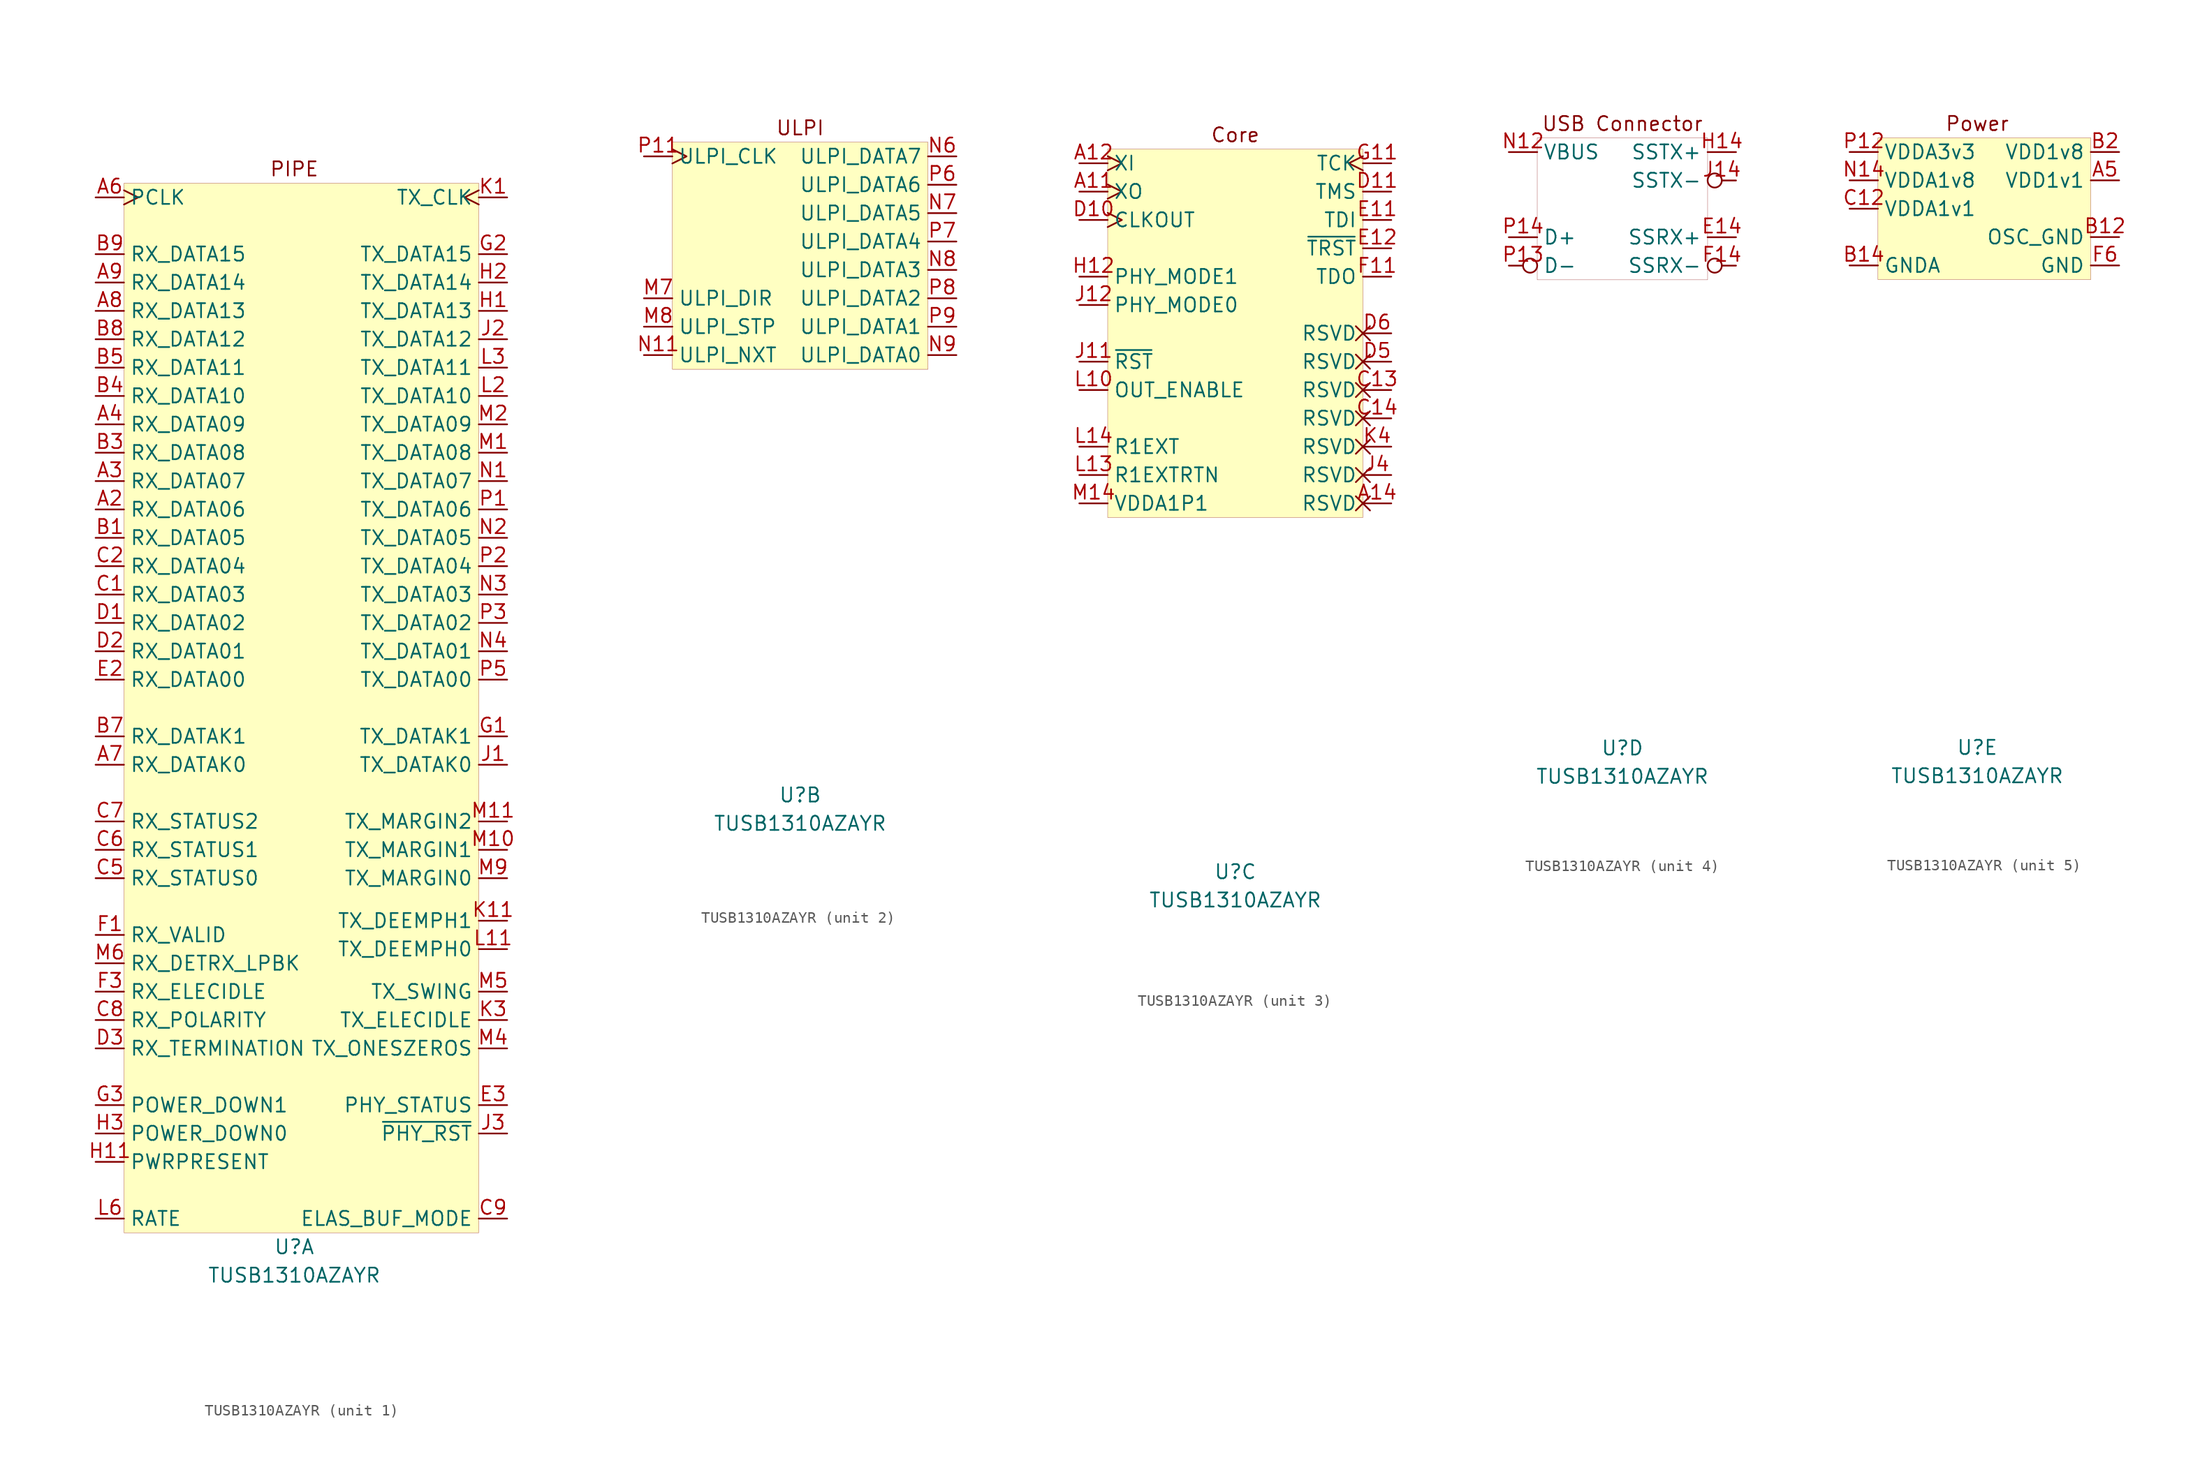
<source format=kicad_sym>
(kicad_symbol_lib
  (version 20211014)
  (generator kicad_symbol_editor)
  (symbol "TUSB1310AZAYR"
    (property "Reference" "U"
      (at 0 -48.26 0)
      (effects (font (size 1.27 1.27))))
    (property "Value" "TUSB1310AZAYR"
      (at 0 -50.8 0)
      (effects (font (size 1.27 1.27))))
    (property "ki_locked" ""
      (at 0 0 0)
      (effects (font (size 1.27 1.27))))
    (symbol "TUSB1310AZAYR_1_0"
      (text "PIPE" (at 0 48.26 0) (effects (font (size 1.27 1.27)))))
    (symbol "TUSB1310AZAYR_1_1"
      (rectangle (start -15.24 46.99) (end 16.51 -46.99) (stroke (width 0.001) (type default) (color 0 0 0 0)) (fill (type background)))
      (pin output line (at -17.78 17.78 0) (length 2.54) (name "RX_DATA06" (effects (font (size 1.27 1.27)))) (number "A2" (effects (font (size 1.27 1.27)))))
      (pin output line (at -17.78 20.32 0) (length 2.54) (name "RX_DATA07" (effects (font (size 1.27 1.27)))) (number "A3" (effects (font (size 1.27 1.27)))))
      (pin output line (at -17.78 25.4 0) (length 2.54) (name "RX_DATA09" (effects (font (size 1.27 1.27)))) (number "A4" (effects (font (size 1.27 1.27)))))
      (pin output clock (at -17.78 45.72 0) (length 2.54) (name "PCLK" (effects (font (size 1.27 1.27)))) (number "A6" (effects (font (size 1.27 1.27)))))
      (pin output line (at -17.78 -5.08 0) (length 2.54) (name "RX_DATAK0" (effects (font (size 1.27 1.27)))) (number "A7" (effects (font (size 1.27 1.27)))))
      (pin output line (at -17.78 35.56 0) (length 2.54) (name "RX_DATA13" (effects (font (size 1.27 1.27)))) (number "A8" (effects (font (size 1.27 1.27)))))
      (pin output line (at -17.78 38.1 0) (length 2.54) (name "RX_DATA14" (effects (font (size 1.27 1.27)))) (number "A9" (effects (font (size 1.27 1.27)))))
      (pin output line (at -17.78 15.24 0) (length 2.54) (name "RX_DATA05" (effects (font (size 1.27 1.27)))) (number "B1" (effects (font (size 1.27 1.27)))))
      (pin output line (at -17.78 22.86 0) (length 2.54) (name "RX_DATA08" (effects (font (size 1.27 1.27)))) (number "B3" (effects (font (size 1.27 1.27)))))
      (pin output line (at -17.78 27.94 0) (length 2.54) (name "RX_DATA10" (effects (font (size 1.27 1.27)))) (number "B4" (effects (font (size 1.27 1.27)))))
      (pin output line (at -17.78 30.48 0) (length 2.54) (name "RX_DATA11" (effects (font (size 1.27 1.27)))) (number "B5" (effects (font (size 1.27 1.27)))))
      (pin output line (at -17.78 -2.54 0) (length 2.54) (name "RX_DATAK1" (effects (font (size 1.27 1.27)))) (number "B7" (effects (font (size 1.27 1.27)))))
      (pin output line (at -17.78 33.02 0) (length 2.54) (name "RX_DATA12" (effects (font (size 1.27 1.27)))) (number "B8" (effects (font (size 1.27 1.27)))))
      (pin output line (at -17.78 40.64 0) (length 2.54) (name "RX_DATA15" (effects (font (size 1.27 1.27)))) (number "B9" (effects (font (size 1.27 1.27)))))
      (pin output line (at -17.78 10.16 0) (length 2.54) (name "RX_DATA03" (effects (font (size 1.27 1.27)))) (number "C1" (effects (font (size 1.27 1.27)))))
      (pin output line (at -17.78 12.7 0) (length 2.54) (name "RX_DATA04" (effects (font (size 1.27 1.27)))) (number "C2" (effects (font (size 1.27 1.27)))))
      (pin output line (at -17.78 -15.24 0) (length 2.54) (name "RX_STATUS0" (effects (font (size 1.27 1.27)))) (number "C5" (effects (font (size 1.27 1.27)))))
      (pin output line (at -17.78 -12.7 0) (length 2.54) (name "RX_STATUS1" (effects (font (size 1.27 1.27)))) (number "C6" (effects (font (size 1.27 1.27)))))
      (pin output line (at -17.78 -10.16 0) (length 2.54) (name "RX_STATUS2" (effects (font (size 1.27 1.27)))) (number "C7" (effects (font (size 1.27 1.27)))))
      (pin input line (at -17.78 -27.94 0) (length 2.54) (name "RX_POLARITY" (effects (font (size 1.27 1.27)))) (number "C8" (effects (font (size 1.27 1.27)))))
      (pin input line (at 19.05 -45.72 180) (length 2.54) (name "ELAS_BUF_MODE" (effects (font (size 1.27 1.27)))) (number "C9" (effects (font (size 1.27 1.27)))))
      (pin output line (at -17.78 7.62 0) (length 2.54) (name "RX_DATA02" (effects (font (size 1.27 1.27)))) (number "D1" (effects (font (size 1.27 1.27)))))
      (pin output line (at -17.78 5.08 0) (length 2.54) (name "RX_DATA01" (effects (font (size 1.27 1.27)))) (number "D2" (effects (font (size 1.27 1.27)))))
      (pin input line (at -17.78 -30.48 0) (length 2.54) (name "RX_TERMINATION" (effects (font (size 1.27 1.27)))) (number "D3" (effects (font (size 1.27 1.27)))))
      (pin output line (at -17.78 2.54 0) (length 2.54) (name "RX_DATA00" (effects (font (size 1.27 1.27)))) (number "E2" (effects (font (size 1.27 1.27)))))
      (pin bidirectional line (at 19.05 -35.56 180) (length 2.54) (name "PHY_STATUS" (effects (font (size 1.27 1.27)))) (number "E3" (effects (font (size 1.27 1.27)))))
      (pin output line (at -17.78 -20.32 0) (length 2.54) (name "RX_VALID" (effects (font (size 1.27 1.27)))) (number "F1" (effects (font (size 1.27 1.27)))))
      (pin bidirectional line (at -17.78 -25.4 0) (length 2.54) (name "RX_ELECIDLE" (effects (font (size 1.27 1.27)))) (number "F3" (effects (font (size 1.27 1.27)))))
      (pin input line (at 19.05 -2.54 180) (length 2.54) (name "TX_DATAK1" (effects (font (size 1.27 1.27)))) (number "G1" (effects (font (size 1.27 1.27)))))
      (pin input line (at 19.05 40.64 180) (length 2.54) (name "TX_DATA15" (effects (font (size 1.27 1.27)))) (number "G2" (effects (font (size 1.27 1.27)))))
      (pin input line (at -17.78 -35.56 0) (length 2.54) (name "POWER_DOWN1" (effects (font (size 1.27 1.27)))) (number "G3" (effects (font (size 1.27 1.27)))))
      (pin input line (at 19.05 35.56 180) (length 2.54) (name "TX_DATA13" (effects (font (size 1.27 1.27)))) (number "H1" (effects (font (size 1.27 1.27)))))
      (pin output line (at -17.78 -40.64 0) (length 2.54) (name "PWRPRESENT" (effects (font (size 1.27 1.27)))) (number "H11" (effects (font (size 1.27 1.27)))))
      (pin input line (at 19.05 38.1 180) (length 2.54) (name "TX_DATA14" (effects (font (size 1.27 1.27)))) (number "H2" (effects (font (size 1.27 1.27)))))
      (pin input line (at -17.78 -38.1 0) (length 2.54) (name "POWER_DOWN0" (effects (font (size 1.27 1.27)))) (number "H3" (effects (font (size 1.27 1.27)))))
      (pin input line (at 19.05 -5.08 180) (length 2.54) (name "TX_DATAK0" (effects (font (size 1.27 1.27)))) (number "J1" (effects (font (size 1.27 1.27)))))
      (pin input line (at 19.05 33.02 180) (length 2.54) (name "TX_DATA12" (effects (font (size 1.27 1.27)))) (number "J2" (effects (font (size 1.27 1.27)))))
      (pin input line (at 19.05 -38.1 180) (length 2.54) (name "~{PHY_RST}" (effects (font (size 1.27 1.27)))) (number "J3" (effects (font (size 1.27 1.27)))))
      (pin input clock (at 19.05 45.72 180) (length 2.54) (name "TX_CLK" (effects (font (size 1.27 1.27)))) (number "K1" (effects (font (size 1.27 1.27)))))
      (pin input line (at 19.05 -19.05 180) (length 2.54) (name "TX_DEEMPH1" (effects (font (size 1.27 1.27)))) (number "K11" (effects (font (size 1.27 1.27)))))
      (pin input line (at 19.05 -27.94 180) (length 2.54) (name "TX_ELECIDLE" (effects (font (size 1.27 1.27)))) (number "K3" (effects (font (size 1.27 1.27)))))
      (pin input line (at 19.05 -21.59 180) (length 2.54) (name "TX_DEEMPH0" (effects (font (size 1.27 1.27)))) (number "L11" (effects (font (size 1.27 1.27)))))
      (pin input line (at 19.05 27.94 180) (length 2.54) (name "TX_DATA10" (effects (font (size 1.27 1.27)))) (number "L2" (effects (font (size 1.27 1.27)))))
      (pin input line (at 19.05 30.48 180) (length 2.54) (name "TX_DATA11" (effects (font (size 1.27 1.27)))) (number "L3" (effects (font (size 1.27 1.27)))))
      (pin input line (at -17.78 -45.72 0) (length 2.54) (name "RATE" (effects (font (size 1.27 1.27)))) (number "L6" (effects (font (size 1.27 1.27)))))
      (pin input line (at 19.05 22.86 180) (length 2.54) (name "TX_DATA08" (effects (font (size 1.27 1.27)))) (number "M1" (effects (font (size 1.27 1.27)))))
      (pin input line (at 19.05 -12.7 180) (length 2.54) (name "TX_MARGIN1" (effects (font (size 1.27 1.27)))) (number "M10" (effects (font (size 1.27 1.27)))))
      (pin input line (at 19.05 -10.16 180) (length 2.54) (name "TX_MARGIN2" (effects (font (size 1.27 1.27)))) (number "M11" (effects (font (size 1.27 1.27)))))
      (pin input line (at 19.05 25.4 180) (length 2.54) (name "TX_DATA09" (effects (font (size 1.27 1.27)))) (number "M2" (effects (font (size 1.27 1.27)))))
      (pin input line (at 19.05 -30.48 180) (length 2.54) (name "TX_ONESZEROS" (effects (font (size 1.27 1.27)))) (number "M4" (effects (font (size 1.27 1.27)))))
      (pin input line (at 19.05 -25.4 180) (length 2.54) (name "TX_SWING" (effects (font (size 1.27 1.27)))) (number "M5" (effects (font (size 1.27 1.27)))))
      (pin input line (at -17.78 -22.86 0) (length 2.54) (name "RX_DETRX_LPBK" (effects (font (size 1.27 1.27)))) (number "M6" (effects (font (size 1.27 1.27)))))
      (pin input line (at 19.05 -15.24 180) (length 2.54) (name "TX_MARGIN0" (effects (font (size 1.27 1.27)))) (number "M9" (effects (font (size 1.27 1.27)))))
      (pin input line (at 19.05 20.32 180) (length 2.54) (name "TX_DATA07" (effects (font (size 1.27 1.27)))) (number "N1" (effects (font (size 1.27 1.27)))))
      (pin input line (at 19.05 15.24 180) (length 2.54) (name "TX_DATA05" (effects (font (size 1.27 1.27)))) (number "N2" (effects (font (size 1.27 1.27)))))
      (pin input line (at 19.05 10.16 180) (length 2.54) (name "TX_DATA03" (effects (font (size 1.27 1.27)))) (number "N3" (effects (font (size 1.27 1.27)))))
      (pin input line (at 19.05 5.08 180) (length 2.54) (name "TX_DATA01" (effects (font (size 1.27 1.27)))) (number "N4" (effects (font (size 1.27 1.27)))))
      (pin input line (at 19.05 17.78 180) (length 2.54) (name "TX_DATA06" (effects (font (size 1.27 1.27)))) (number "P1" (effects (font (size 1.27 1.27)))))
      (pin input line (at 19.05 12.7 180) (length 2.54) (name "TX_DATA04" (effects (font (size 1.27 1.27)))) (number "P2" (effects (font (size 1.27 1.27)))))
      (pin input line (at 19.05 7.62 180) (length 2.54) (name "TX_DATA02" (effects (font (size 1.27 1.27)))) (number "P3" (effects (font (size 1.27 1.27)))))
      (pin input line (at 19.05 2.54 180) (length 2.54) (name "TX_DATA00" (effects (font (size 1.27 1.27)))) (number "P5" (effects (font (size 1.27 1.27))))))
    (symbol "TUSB1310AZAYR_2_0"
      (rectangle (start -11.43 10.16) (end 11.43 -10.16) (stroke (width 0.001) (type default) (color 0 0 0 0)) (fill (type background)))
      (text "ULPI" (at 0 11.43 0) (effects (font (size 1.27 1.27)))))
    (symbol "TUSB1310AZAYR_2_1"
      (pin output line (at -13.97 -3.81 0) (length 2.54) (name "ULPI_DIR" (effects (font (size 1.27 1.27)))) (number "M7" (effects (font (size 1.27 1.27)))))
      (pin input line (at -13.97 -6.35 0) (length 2.54) (name "ULPI_STP" (effects (font (size 1.27 1.27)))) (number "M8" (effects (font (size 1.27 1.27)))))
      (pin output line (at -13.97 -8.89 0) (length 2.54) (name "ULPI_NXT" (effects (font (size 1.27 1.27)))) (number "N11" (effects (font (size 1.27 1.27)))))
      (pin bidirectional line (at 13.97 8.89 180) (length 2.54) (name "ULPI_DATA7" (effects (font (size 1.27 1.27)))) (number "N6" (effects (font (size 1.27 1.27)))))
      (pin bidirectional line (at 13.97 3.81 180) (length 2.54) (name "ULPI_DATA5" (effects (font (size 1.27 1.27)))) (number "N7" (effects (font (size 1.27 1.27)))))
      (pin bidirectional line (at 13.97 -1.27 180) (length 2.54) (name "ULPI_DATA3" (effects (font (size 1.27 1.27)))) (number "N8" (effects (font (size 1.27 1.27)))))
      (pin bidirectional line (at 13.97 -8.89 180) (length 2.54) (name "ULPI_DATA0" (effects (font (size 1.27 1.27)))) (number "N9" (effects (font (size 1.27 1.27)))))
      (pin output clock (at -13.97 8.89 0) (length 2.54) (name "ULPI_CLK" (effects (font (size 1.27 1.27)))) (number "P11" (effects (font (size 1.27 1.27)))))
      (pin bidirectional line (at 13.97 6.35 180) (length 2.54) (name "ULPI_DATA6" (effects (font (size 1.27 1.27)))) (number "P6" (effects (font (size 1.27 1.27)))))
      (pin bidirectional line (at 13.97 1.27 180) (length 2.54) (name "ULPI_DATA4" (effects (font (size 1.27 1.27)))) (number "P7" (effects (font (size 1.27 1.27)))))
      (pin bidirectional line (at 13.97 -3.81 180) (length 2.54) (name "ULPI_DATA2" (effects (font (size 1.27 1.27)))) (number "P8" (effects (font (size 1.27 1.27)))))
      (pin bidirectional line (at 13.97 -6.35 180) (length 2.54) (name "ULPI_DATA1" (effects (font (size 1.27 1.27)))) (number "P9" (effects (font (size 1.27 1.27))))))
    (symbol "TUSB1310AZAYR_3_0"
      (rectangle (start -11.43 16.51) (end 11.43 -16.51) (stroke (width 0.001) (type default) (color 0 0 0 0)) (fill (type background)))
      (text "Core" (at 0 17.78 0) (effects (font (size 1.27 1.27)))))
    (symbol "TUSB1310AZAYR_3_1"
      (pin output clock (at -13.97 12.7 0) (length 2.54) (name "XO" (effects (font (size 1.27 1.27)))) (number "A11" (effects (font (size 1.27 1.27)))))
      (pin input clock (at -13.97 15.24 0) (length 2.54) (name "XI" (effects (font (size 1.27 1.27)))) (number "A12" (effects (font (size 1.27 1.27)))))
      (pin passive non_logic (at 13.97 -15.24 180) (length 2.54) (name "RSVD" (effects (font (size 1.27 1.27)))) (number "A14" (effects (font (size 1.27 1.27)))))
      (pin passive non_logic (at 13.97 -5.08 180) (length 2.54) (name "RSVD" (effects (font (size 1.27 1.27)))) (number "C13" (effects (font (size 1.27 1.27)))))
      (pin passive non_logic (at 13.97 -7.62 180) (length 2.54) (name "RSVD" (effects (font (size 1.27 1.27)))) (number "C14" (effects (font (size 1.27 1.27)))))
      (pin output clock (at -13.97 10.16 0) (length 2.54) (name "CLKOUT" (effects (font (size 1.27 1.27)))) (number "D10" (effects (font (size 1.27 1.27)))))
      (pin input line (at 13.97 12.7 180) (length 2.54) (name "TMS" (effects (font (size 1.27 1.27)))) (number "D11" (effects (font (size 1.27 1.27)))))
      (pin passive non_logic (at 13.97 -2.54 180) (length 2.54) (name "RSVD" (effects (font (size 1.27 1.27)))) (number "D5" (effects (font (size 1.27 1.27)))))
      (pin passive non_logic (at 13.97 0 180) (length 2.54) (name "RSVD" (effects (font (size 1.27 1.27)))) (number "D6" (effects (font (size 1.27 1.27)))))
      (pin input line (at 13.97 10.16 180) (length 2.54) (name "TDI" (effects (font (size 1.27 1.27)))) (number "E11" (effects (font (size 1.27 1.27)))))
      (pin input line (at 13.97 7.62 180) (length 2.54) (name "~{TRST}" (effects (font (size 1.27 1.27)))) (number "E12" (effects (font (size 1.27 1.27)))))
      (pin output line (at 13.97 5.08 180) (length 2.54) (name "TDO" (effects (font (size 1.27 1.27)))) (number "F11" (effects (font (size 1.27 1.27)))))
      (pin input clock (at 13.97 15.24 180) (length 2.54) (name "TCK" (effects (font (size 1.27 1.27)))) (number "G11" (effects (font (size 1.27 1.27)))))
      (pin input line (at -13.97 5.08 0) (length 2.54) (name "PHY_MODE1" (effects (font (size 1.27 1.27)))) (number "H12" (effects (font (size 1.27 1.27)))))
      (pin input line (at -13.97 -2.54 0) (length 2.54) (name "~{RST}" (effects (font (size 1.27 1.27)))) (number "J11" (effects (font (size 1.27 1.27)))))
      (pin input line (at -13.97 2.54 0) (length 2.54) (name "PHY_MODE0" (effects (font (size 1.27 1.27)))) (number "J12" (effects (font (size 1.27 1.27)))))
      (pin passive non_logic (at 13.97 -12.7 180) (length 2.54) (name "RSVD" (effects (font (size 1.27 1.27)))) (number "J4" (effects (font (size 1.27 1.27)))))
      (pin passive non_logic (at 13.97 -10.16 180) (length 2.54) (name "RSVD" (effects (font (size 1.27 1.27)))) (number "K4" (effects (font (size 1.27 1.27)))))
      (pin input line (at -13.97 -5.08 0) (length 2.54) (name "OUT_ENABLE" (effects (font (size 1.27 1.27)))) (number "L10" (effects (font (size 1.27 1.27)))))
      (pin input line (at -13.97 -12.7 0) (length 2.54) (name "R1EXTRTN" (effects (font (size 1.27 1.27)))) (number "L13" (effects (font (size 1.27 1.27)))))
      (pin output line (at -13.97 -10.16 0) (length 2.54) (name "R1EXT" (effects (font (size 1.27 1.27)))) (number "L14" (effects (font (size 1.27 1.27)))))
      (pin passive line (at -13.97 -15.24 0) (length 2.54) (name "VDDA1P1" (effects (font (size 1.27 1.27)))) (number "M14" (effects (font (size 1.27 1.27))))))
    (symbol "TUSB1310AZAYR_4_0"
      (rectangle (start -7.62 6.35) (end 7.62 -6.35) (stroke (width 0.001) (type default) (color 0 0 0 0)) (fill (type none)))
      (text "USB Connector" (at 0 7.62 0) (effects (font (size 1.27 1.27)))))
    (symbol "TUSB1310AZAYR_4_1"
      (pin input line (at 10.16 -2.54 180) (length 2.54) (name "SSRX+" (effects (font (size 1.27 1.27)))) (number "E14" (effects (font (size 1.27 1.27)))))
      (pin input inverted (at 10.16 -5.08 180) (length 2.54) (name "SSRX-" (effects (font (size 1.27 1.27)))) (number "F14" (effects (font (size 1.27 1.27)))))
      (pin output line (at 10.16 5.08 180) (length 2.54) (name "SSTX+" (effects (font (size 1.27 1.27)))) (number "H14" (effects (font (size 1.27 1.27)))))
      (pin output inverted (at 10.16 2.54 180) (length 2.54) (name "SSTX-" (effects (font (size 1.27 1.27)))) (number "J14" (effects (font (size 1.27 1.27)))))
      (pin input line (at -10.16 5.08 0) (length 2.54) (name "VBUS" (effects (font (size 1.27 1.27)))) (number "N12" (effects (font (size 1.27 1.27)))))
      (pin bidirectional inverted (at -10.16 -5.08 0) (length 2.54) (name "D-" (effects (font (size 1.27 1.27)))) (number "P13" (effects (font (size 1.27 1.27)))))
      (pin bidirectional line (at -10.16 -2.54 0) (length 2.54) (name "D+" (effects (font (size 1.27 1.27)))) (number "P14" (effects (font (size 1.27 1.27))))))
    (symbol "TUSB1310AZAYR_5_0"
      (rectangle (start -8.89 6.35) (end 10.16 -6.35) (stroke (width 0.001) (type default) (color 0 0 0 0)) (fill (type background)))
      (text "Power" (at 0 7.62 0) (effects (font (size 1.27 1.27)))))
    (symbol "TUSB1310AZAYR_5_1"
      (pin passive line (at 12.7 2.54 180) (length 2.54) hide (name "VDD1v1" (effects (font (size 1.27 1.27)))) (number "A10" (effects (font (size 1.27 1.27)))))
      (pin passive line (at -11.43 2.54 0) (length 2.54) hide (name "VDDA1v8" (effects (font (size 1.27 1.27)))) (number "A13" (effects (font (size 1.27 1.27)))))
      (pin power_in line (at 12.7 2.54 180) (length 2.54) (name "VDD1v1" (effects (font (size 1.27 1.27)))) (number "A5" (effects (font (size 1.27 1.27)))))
      (pin passive line (at 12.7 2.54 180) (length 2.54) hide (name "VDD1v1" (effects (font (size 1.27 1.27)))) (number "B10" (effects (font (size 1.27 1.27)))))
      (pin passive line (at 12.7 -5.08 180) (length 2.54) hide (name "GND" (effects (font (size 1.27 1.27)))) (number "B11" (effects (font (size 1.27 1.27)))))
      (pin passive line (at 12.7 -2.54 180) (length 2.54) (name "OSC_GND" (effects (font (size 1.27 1.27)))) (number "B12" (effects (font (size 1.27 1.27)))))
      (pin passive line (at -11.43 -5.08 0) (length 2.54) hide (name "GNDA" (effects (font (size 1.27 1.27)))) (number "B13" (effects (font (size 1.27 1.27)))))
      (pin passive line (at -11.43 -5.08 0) (length 2.54) (name "GNDA" (effects (font (size 1.27 1.27)))) (number "B14" (effects (font (size 1.27 1.27)))))
      (pin power_in line (at 12.7 5.08 180) (length 2.54) (name "VDD1v8" (effects (font (size 1.27 1.27)))) (number "B2" (effects (font (size 1.27 1.27)))))
      (pin passive line (at 12.7 2.54 180) (length 2.54) hide (name "VDD1v1" (effects (font (size 1.27 1.27)))) (number "B6" (effects (font (size 1.27 1.27)))))
      (pin passive line (at -11.43 2.54 0) (length 2.54) hide (name "VDDA1v8" (effects (font (size 1.27 1.27)))) (number "C10" (effects (font (size 1.27 1.27)))))
      (pin passive line (at -11.43 0 0) (length 2.54) hide (name "VDDA1v1" (effects (font (size 1.27 1.27)))) (number "C11" (effects (font (size 1.27 1.27)))))
      (pin power_in line (at -11.43 0 0) (length 2.54) (name "VDDA1v1" (effects (font (size 1.27 1.27)))) (number "C12" (effects (font (size 1.27 1.27)))))
      (pin passive line (at 12.7 5.08 180) (length 2.54) hide (name "VDD1v8" (effects (font (size 1.27 1.27)))) (number "C3" (effects (font (size 1.27 1.27)))))
      (pin passive line (at 12.7 2.54 180) (length 2.54) hide (name "VDD1v1" (effects (font (size 1.27 1.27)))) (number "C4" (effects (font (size 1.27 1.27)))))
      (pin passive line (at -11.43 -5.08 0) (length 2.54) hide (name "GNDA" (effects (font (size 1.27 1.27)))) (number "D12" (effects (font (size 1.27 1.27)))))
      (pin passive line (at 12.7 2.54 180) (length 2.54) hide (name "VDD1v1" (effects (font (size 1.27 1.27)))) (number "D13" (effects (font (size 1.27 1.27)))))
      (pin passive line (at -11.43 0 0) (length 2.54) hide (name "VDDA1v1" (effects (font (size 1.27 1.27)))) (number "D14" (effects (font (size 1.27 1.27)))))
      (pin passive line (at 12.7 5.08 180) (length 2.54) hide (name "VDD1v8" (effects (font (size 1.27 1.27)))) (number "D4" (effects (font (size 1.27 1.27)))))
      (pin passive line (at 12.7 5.08 180) (length 2.54) hide (name "VDD1v8" (effects (font (size 1.27 1.27)))) (number "D7" (effects (font (size 1.27 1.27)))))
      (pin passive line (at 12.7 5.08 180) (length 2.54) hide (name "VDD1v8" (effects (font (size 1.27 1.27)))) (number "D8" (effects (font (size 1.27 1.27)))))
      (pin passive line (at 12.7 5.08 180) (length 2.54) hide (name "VDD1v8" (effects (font (size 1.27 1.27)))) (number "D9" (effects (font (size 1.27 1.27)))))
      (pin passive line (at 12.7 2.54 180) (length 2.54) hide (name "VDD1v1" (effects (font (size 1.27 1.27)))) (number "E1" (effects (font (size 1.27 1.27)))))
      (pin passive line (at -11.43 -5.08 0) (length 2.54) hide (name "GNDA" (effects (font (size 1.27 1.27)))) (number "E13" (effects (font (size 1.27 1.27)))))
      (pin passive line (at 12.7 5.08 180) (length 2.54) hide (name "VDD1v8" (effects (font (size 1.27 1.27)))) (number "E4" (effects (font (size 1.27 1.27)))))
      (pin passive line (at 12.7 -5.08 180) (length 2.54) hide (name "GND" (effects (font (size 1.27 1.27)))) (number "F12" (effects (font (size 1.27 1.27)))))
      (pin passive line (at -11.43 -5.08 0) (length 2.54) hide (name "GNDA" (effects (font (size 1.27 1.27)))) (number "F13" (effects (font (size 1.27 1.27)))))
      (pin passive line (at 12.7 2.54 180) (length 2.54) hide (name "VDD1v1" (effects (font (size 1.27 1.27)))) (number "F2" (effects (font (size 1.27 1.27)))))
      (pin passive line (at 12.7 5.08 180) (length 2.54) hide (name "VDD1v8" (effects (font (size 1.27 1.27)))) (number "F4" (effects (font (size 1.27 1.27)))))
      (pin passive line (at 12.7 -5.08 180) (length 2.54) (name "GND" (effects (font (size 1.27 1.27)))) (number "F6" (effects (font (size 1.27 1.27)))))
      (pin passive line (at 12.7 -5.08 180) (length 2.54) hide (name "GND" (effects (font (size 1.27 1.27)))) (number "F7" (effects (font (size 1.27 1.27)))))
      (pin passive line (at 12.7 -5.08 180) (length 2.54) hide (name "GND" (effects (font (size 1.27 1.27)))) (number "F8" (effects (font (size 1.27 1.27)))))
      (pin passive line (at 12.7 -5.08 180) (length 2.54) hide (name "GND" (effects (font (size 1.27 1.27)))) (number "F9" (effects (font (size 1.27 1.27)))))
      (pin passive line (at -11.43 -5.08 0) (length 2.54) hide (name "GNDA" (effects (font (size 1.27 1.27)))) (number "G12" (effects (font (size 1.27 1.27)))))
      (pin passive line (at -11.43 0 0) (length 2.54) hide (name "VDDA1v1" (effects (font (size 1.27 1.27)))) (number "G13" (effects (font (size 1.27 1.27)))))
      (pin passive line (at -11.43 0 0) (length 2.54) hide (name "VDDA1v1" (effects (font (size 1.27 1.27)))) (number "G14" (effects (font (size 1.27 1.27)))))
      (pin passive line (at 12.7 5.08 180) (length 2.54) hide (name "VDD1v8" (effects (font (size 1.27 1.27)))) (number "G4" (effects (font (size 1.27 1.27)))))
      (pin passive line (at 12.7 -5.08 180) (length 2.54) hide (name "GND" (effects (font (size 1.27 1.27)))) (number "G6" (effects (font (size 1.27 1.27)))))
      (pin passive line (at 12.7 -5.08 180) (length 2.54) hide (name "GND" (effects (font (size 1.27 1.27)))) (number "G7" (effects (font (size 1.27 1.27)))))
      (pin passive line (at 12.7 -5.08 180) (length 2.54) hide (name "GND" (effects (font (size 1.27 1.27)))) (number "G8" (effects (font (size 1.27 1.27)))))
      (pin passive line (at 12.7 -5.08 180) (length 2.54) hide (name "GND" (effects (font (size 1.27 1.27)))) (number "G9" (effects (font (size 1.27 1.27)))))
      (pin passive line (at -11.43 -5.08 0) (length 2.54) hide (name "GNDA" (effects (font (size 1.27 1.27)))) (number "H13" (effects (font (size 1.27 1.27)))))
      (pin passive line (at 12.7 5.08 180) (length 2.54) hide (name "VDD1v8" (effects (font (size 1.27 1.27)))) (number "H4" (effects (font (size 1.27 1.27)))))
      (pin passive line (at 12.7 -5.08 180) (length 2.54) hide (name "GND" (effects (font (size 1.27 1.27)))) (number "H6" (effects (font (size 1.27 1.27)))))
      (pin passive line (at 12.7 -5.08 180) (length 2.54) hide (name "GND" (effects (font (size 1.27 1.27)))) (number "H7" (effects (font (size 1.27 1.27)))))
      (pin passive line (at 12.7 -5.08 180) (length 2.54) hide (name "GND" (effects (font (size 1.27 1.27)))) (number "H8" (effects (font (size 1.27 1.27)))))
      (pin passive line (at 12.7 -5.08 180) (length 2.54) hide (name "GND" (effects (font (size 1.27 1.27)))) (number "H9" (effects (font (size 1.27 1.27)))))
      (pin passive line (at -11.43 -5.08 0) (length 2.54) hide (name "GNDA" (effects (font (size 1.27 1.27)))) (number "J13" (effects (font (size 1.27 1.27)))))
      (pin passive line (at 12.7 -5.08 180) (length 2.54) hide (name "GND" (effects (font (size 1.27 1.27)))) (number "J6" (effects (font (size 1.27 1.27)))))
      (pin passive line (at 12.7 -5.08 180) (length 2.54) hide (name "GND" (effects (font (size 1.27 1.27)))) (number "J7" (effects (font (size 1.27 1.27)))))
      (pin passive line (at 12.7 -5.08 180) (length 2.54) hide (name "GND" (effects (font (size 1.27 1.27)))) (number "J8" (effects (font (size 1.27 1.27)))))
      (pin passive line (at 12.7 -5.08 180) (length 2.54) hide (name "GND" (effects (font (size 1.27 1.27)))) (number "J9" (effects (font (size 1.27 1.27)))))
      (pin passive line (at -11.43 -5.08 0) (length 2.54) hide (name "GNDA" (effects (font (size 1.27 1.27)))) (number "K12" (effects (font (size 1.27 1.27)))))
      (pin passive line (at 12.7 2.54 180) (length 2.54) hide (name "VDD1v1" (effects (font (size 1.27 1.27)))) (number "K13" (effects (font (size 1.27 1.27)))))
      (pin passive line (at -11.43 0 0) (length 2.54) hide (name "VDDA1v1" (effects (font (size 1.27 1.27)))) (number "K14" (effects (font (size 1.27 1.27)))))
      (pin passive line (at 12.7 2.54 180) (length 2.54) hide (name "VDD1v1" (effects (font (size 1.27 1.27)))) (number "K2" (effects (font (size 1.27 1.27)))))
      (pin passive line (at 12.7 2.54 180) (length 2.54) hide (name "VDD1v1" (effects (font (size 1.27 1.27)))) (number "L1" (effects (font (size 1.27 1.27)))))
      (pin passive line (at -11.43 -5.08 0) (length 2.54) hide (name "GNDA" (effects (font (size 1.27 1.27)))) (number "L12" (effects (font (size 1.27 1.27)))))
      (pin passive line (at 12.7 5.08 180) (length 2.54) hide (name "VDD1v8" (effects (font (size 1.27 1.27)))) (number "L4" (effects (font (size 1.27 1.27)))))
      (pin passive line (at 12.7 5.08 180) (length 2.54) hide (name "VDD1v8" (effects (font (size 1.27 1.27)))) (number "L5" (effects (font (size 1.27 1.27)))))
      (pin passive line (at 12.7 5.08 180) (length 2.54) hide (name "VDD1v8" (effects (font (size 1.27 1.27)))) (number "L7" (effects (font (size 1.27 1.27)))))
      (pin passive line (at 12.7 5.08 180) (length 2.54) hide (name "VDD1v8" (effects (font (size 1.27 1.27)))) (number "L8" (effects (font (size 1.27 1.27)))))
      (pin passive line (at 12.7 5.08 180) (length 2.54) hide (name "VDD1v8" (effects (font (size 1.27 1.27)))) (number "L9" (effects (font (size 1.27 1.27)))))
      (pin passive line (at -11.43 -5.08 0) (length 2.54) hide (name "GNDA" (effects (font (size 1.27 1.27)))) (number "M12" (effects (font (size 1.27 1.27)))))
      (pin passive line (at -11.43 -5.08 0) (length 2.54) hide (name "GNDA" (effects (font (size 1.27 1.27)))) (number "M13" (effects (font (size 1.27 1.27)))))
      (pin passive line (at 12.7 5.08 180) (length 2.54) hide (name "VDD1v8" (effects (font (size 1.27 1.27)))) (number "M3" (effects (font (size 1.27 1.27)))))
      (pin passive line (at 12.7 2.54 180) (length 2.54) hide (name "VDD1v1" (effects (font (size 1.27 1.27)))) (number "N10" (effects (font (size 1.27 1.27)))))
      (pin passive line (at -11.43 -5.08 0) (length 2.54) hide (name "GNDA" (effects (font (size 1.27 1.27)))) (number "N13" (effects (font (size 1.27 1.27)))))
      (pin power_in line (at -11.43 2.54 0) (length 2.54) (name "VDDA1v8" (effects (font (size 1.27 1.27)))) (number "N14" (effects (font (size 1.27 1.27)))))
      (pin passive line (at 12.7 2.54 180) (length 2.54) hide (name "VDD1v1" (effects (font (size 1.27 1.27)))) (number "N5" (effects (font (size 1.27 1.27)))))
      (pin passive line (at 12.7 2.54 180) (length 2.54) hide (name "VDD1v1" (effects (font (size 1.27 1.27)))) (number "P10" (effects (font (size 1.27 1.27)))))
      (pin power_in line (at -11.43 5.08 0) (length 2.54) (name "VDDA3v3" (effects (font (size 1.27 1.27)))) (number "P12" (effects (font (size 1.27 1.27)))))
      (pin passive line (at 12.7 2.54 180) (length 2.54) hide (name "VDD1v1" (effects (font (size 1.27 1.27)))) (number "P4" (effects (font (size 1.27 1.27))))))))
</source>
